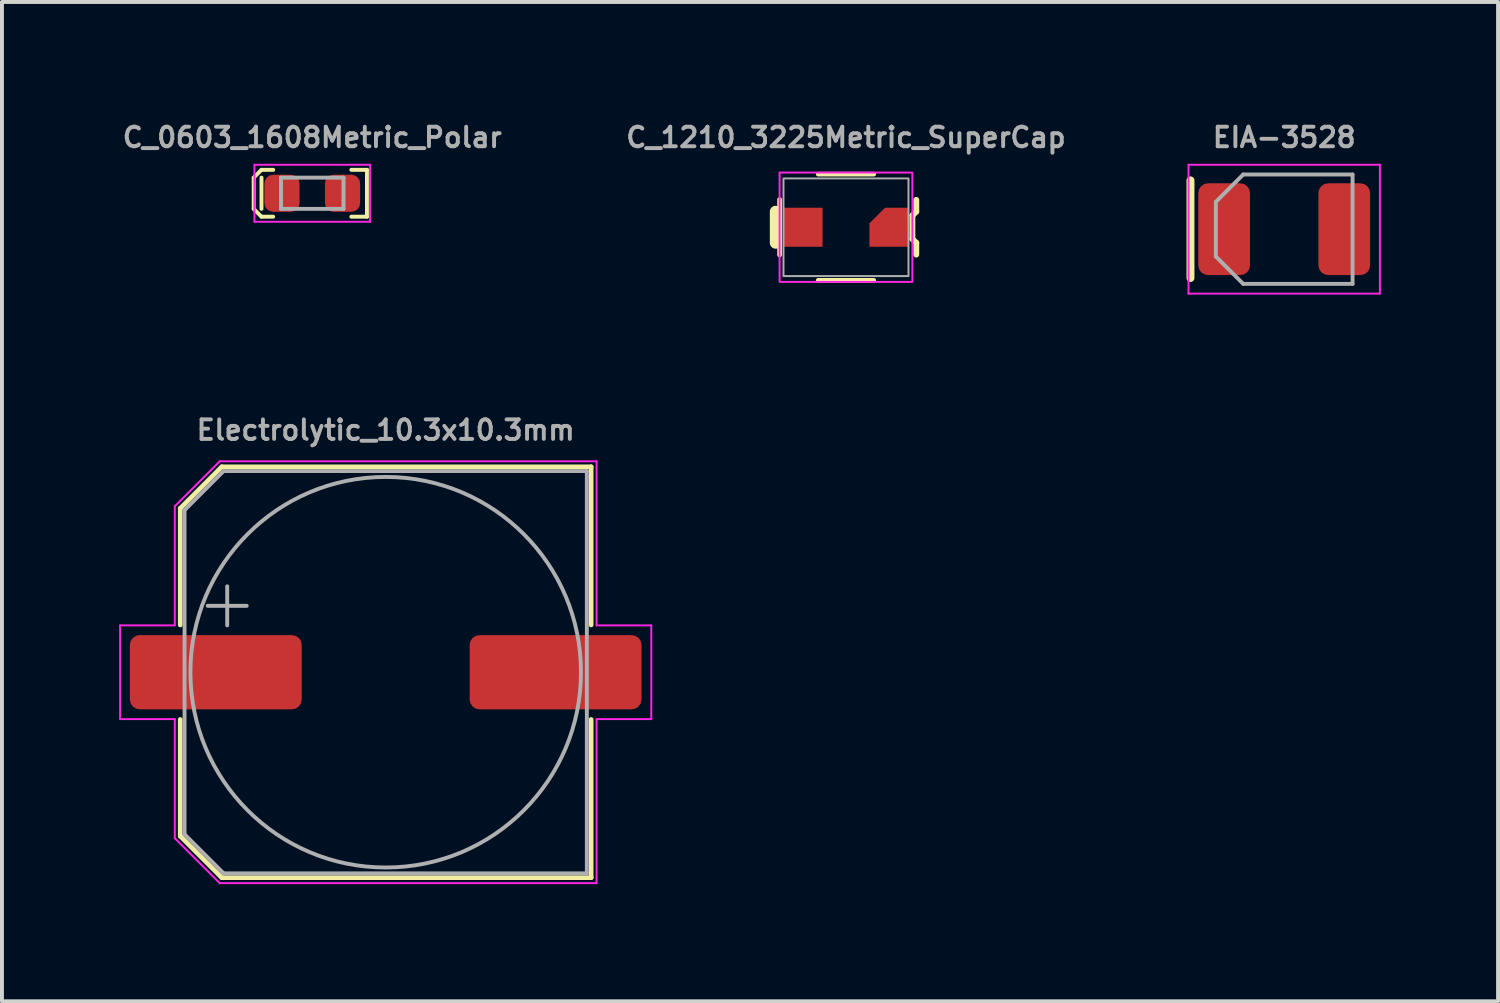
<source format=kicad_pcb>
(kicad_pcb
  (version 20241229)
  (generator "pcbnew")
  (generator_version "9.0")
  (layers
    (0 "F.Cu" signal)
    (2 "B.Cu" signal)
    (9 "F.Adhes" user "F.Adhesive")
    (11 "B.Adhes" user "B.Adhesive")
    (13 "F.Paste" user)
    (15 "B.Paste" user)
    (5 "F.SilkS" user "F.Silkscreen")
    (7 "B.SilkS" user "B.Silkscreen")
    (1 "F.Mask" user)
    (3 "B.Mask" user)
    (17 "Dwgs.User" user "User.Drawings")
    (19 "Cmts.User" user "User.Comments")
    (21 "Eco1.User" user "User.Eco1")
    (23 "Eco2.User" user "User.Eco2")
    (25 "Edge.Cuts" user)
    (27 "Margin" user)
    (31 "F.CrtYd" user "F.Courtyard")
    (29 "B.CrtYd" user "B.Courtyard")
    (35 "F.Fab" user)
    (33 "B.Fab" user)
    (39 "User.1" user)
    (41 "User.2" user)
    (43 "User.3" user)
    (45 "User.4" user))
  (footprint "C_1210_3225Metric_SuperCap"
    (layer "F.Cu")
    (at 18.61 2.768)
    (property "Reference" "C_1210_3225Metric_SuperCap" (at 0 -2.3 0) (layer "F.Fab") (effects (font (size 0.5 0.5) (thickness 0.1) (bold yes))))
    (attr smd)
    (fp_line (start -1.8 0.4) (end -1.8 -0.4) (stroke (width 0.3) (type solid)) (layer "F.SilkS"))
    (fp_line (start -1.7 0.711) (end -1.7 -0.711) (stroke (width 0.12) (type solid)) (layer "F.SilkS"))
    (fp_line (start -0.711 -1.36) (end 0.711 -1.36) (stroke (width 0.12) (type solid)) (layer "F.SilkS"))
    (fp_line (start -0.711 1.36) (end 0.711 1.36) (stroke (width 0.12) (type solid)) (layer "F.SilkS"))
    (fp_line (start 1.7 -0.3) (end 1.7 0.3) (stroke (width 0.15) (type default)) (layer "F.SilkS"))
    (fp_line (start 1.7 0.3) (end 1.8 0.4) (stroke (width 0.15) (type default)) (layer "F.SilkS"))
    (fp_line (start 1.8 -0.7) (end 1.8 -0.4) (stroke (width 0.15) (type default)) (layer "F.SilkS"))
    (fp_line (start 1.8 -0.4) (end 1.7 -0.3) (stroke (width 0.15) (type default)) (layer "F.SilkS"))
    (fp_line (start 1.8 0.4) (end 1.8 0.7) (stroke (width 0.15) (type default)) (layer "F.SilkS"))
    (fp_rect (start -1.7 -1.4) (end 1.7 1.4) (stroke (width 0.05) (type default)) (fill no) (layer "F.CrtYd"))
    (fp_rect (start -1.6 -1.25) (end 1.6 1.25) (stroke (width 0.05) (type default)) (fill no) (layer "F.Fab"))
    (pad "1" smd rect (at -1.1 0) (size 1 1) (layers "F.Cu" "F.Mask" "F.Paste"))
    (pad "2" smd roundrect (at 1.1 0) (size 1 1) (layers "F.Cu" "F.Mask" "F.Paste") (roundrect_rratio 0) (chamfer_ratio 0.4) (chamfer top_left)))
  (footprint "C_0603_1608Metric_Polar"
    (layer "F.Cu")
    (at 4.945 1.898)
    (property "Reference" "C_0603_1608Metric_Polar" (at 0 -1.43 0) (layer "F.Fab") (effects (font (size 0.5 0.5) (thickness 0.1) (bold yes))))
    (attr smd)
    (fp_line (start -1.5 -0.4) (end -1.3 -0.6) (stroke (width 0.1) (type default)) (layer "F.SilkS"))
    (fp_line (start -1.5 0.4) (end -1.5 -0.4) (stroke (width 0.1) (type default)) (layer "F.SilkS"))
    (fp_line (start -1.3 -0.6) (end -1 -0.6) (stroke (width 0.1) (type default)) (layer "F.SilkS"))
    (fp_line (start -1.3 0.4) (end -1.3 -0.4) (stroke (width 0.1) (type default)) (layer "F.SilkS"))
    (fp_line (start -1.3 0.6) (end -1.5 0.4) (stroke (width 0.1) (type default)) (layer "F.SilkS"))
    (fp_line (start -1 0.6) (end -1.3 0.6) (stroke (width 0.1) (type default)) (layer "F.SilkS"))
    (fp_line (start 1 0.6) (end 1.4 0.6) (stroke (width 0.1) (type default)) (layer "F.SilkS"))
    (fp_line (start 1.4 -0.6) (end 1 -0.6) (stroke (width 0.1) (type default)) (layer "F.SilkS"))
    (fp_line (start 1.4 0.6) (end 1.4 -0.6) (stroke (width 0.1) (type default)) (layer "F.SilkS"))
    (fp_line (start -1.48 -0.73) (end 1.48 -0.73) (stroke (width 0.05) (type solid)) (layer "F.CrtYd"))
    (fp_line (start -1.48 0.73) (end -1.48 -0.73) (stroke (width 0.05) (type solid)) (layer "F.CrtYd"))
    (fp_line (start 1.48 -0.73) (end 1.48 0.73) (stroke (width 0.05) (type solid)) (layer "F.CrtYd"))
    (fp_line (start 1.48 0.73) (end -1.48 0.73) (stroke (width 0.05) (type solid)) (layer "F.CrtYd"))
    (fp_line (start -0.8 -0.4) (end 0.8 -0.4) (stroke (width 0.1) (type solid)) (layer "F.Fab"))
    (fp_line (start -0.8 0.4) (end -0.8 -0.4) (stroke (width 0.1) (type solid)) (layer "F.Fab"))
    (fp_line (start 0.8 -0.4) (end 0.8 0.4) (stroke (width 0.1) (type solid)) (layer "F.Fab"))
    (fp_line (start 0.8 0.4) (end -0.8 0.4) (stroke (width 0.1) (type solid)) (layer "F.Fab"))
    (pad "1" smd roundrect (at -0.775 0 180) (size 0.9 0.95) (layers "F.Cu" "F.Mask" "F.Paste") (roundrect_rratio 0.25))
    (pad "2" smd roundrect (at 0.775 0 180) (size 0.9 0.95) (layers "F.Cu" "F.Mask" "F.Paste") (roundrect_rratio 0.25)))
  (footprint "EIA-3528"
    (layer "F.Cu")
    (at 29.83 2.818)
    (property "Reference" "EIA-3528" (at 0 -2.35 0) (layer "F.Fab") (effects (font (size 0.5 0.5) (thickness 0.1))))
    (attr smd)
    (fp_line (start -2.4 1.25) (end -2.4 -1.25) (stroke (width 0.203) (type solid)) (layer "F.SilkS"))
    (fp_line (start -2.45 -1.65) (end 2.45 -1.65) (stroke (width 0.05) (type solid)) (layer "F.CrtYd"))
    (fp_line (start -2.45 1.65) (end -2.45 -1.65) (stroke (width 0.05) (type solid)) (layer "F.CrtYd"))
    (fp_line (start 2.45 -1.65) (end 2.45 1.65) (stroke (width 0.05) (type solid)) (layer "F.CrtYd"))
    (fp_line (start 2.45 1.65) (end -2.45 1.65) (stroke (width 0.05) (type solid)) (layer "F.CrtYd"))
    (fp_line (start -1.75 -0.7) (end -1.75 0.7) (stroke (width 0.1) (type solid)) (layer "F.Fab"))
    (fp_line (start -1.75 0.7) (end -1.05 1.4) (stroke (width 0.1) (type solid)) (layer "F.Fab"))
    (fp_line (start -1.05 -1.4) (end -1.75 -0.7) (stroke (width 0.1) (type solid)) (layer "F.Fab"))
    (fp_line (start -1.05 1.4) (end 1.75 1.4) (stroke (width 0.1) (type solid)) (layer "F.Fab"))
    (fp_line (start 1.75 -1.4) (end -1.05 -1.4) (stroke (width 0.1) (type solid)) (layer "F.Fab"))
    (fp_line (start 1.75 1.4) (end 1.75 -1.4) (stroke (width 0.1) (type solid)) (layer "F.Fab"))
    (pad "1" smd roundrect (at -1.538 0) (size 1.325 2.35) (layers "F.Cu" "F.Mask" "F.Paste") (roundrect_rratio 0.189))
    (pad "2" smd roundrect (at 1.538 0) (size 1.325 2.35) (layers "F.Cu" "F.Mask" "F.Paste") (roundrect_rratio 0.189)))
  (footprint "Electrolytic_10.3x10.3mm"
    (layer "F.Cu")
    (at 6.825 14.161)
    (property "Reference" "Electrolytic_10.3x10.3mm" (at 0 -6.2 0) (layer "F.Fab") (effects (font (size 0.5 0.5) (thickness 0.1))))
    (attr smd)
    (fp_line (start -5.26 -4.196) (end -5.26 -1.21) (stroke (width 0.12) (type solid)) (layer "F.SilkS"))
    (fp_line (start -5.26 -4.196) (end -4.196 -5.26) (stroke (width 0.12) (type solid)) (layer "F.SilkS"))
    (fp_line (start -5.26 4.196) (end -5.26 1.21) (stroke (width 0.12) (type solid)) (layer "F.SilkS"))
    (fp_line (start -5.26 4.196) (end -4.196 5.26) (stroke (width 0.12) (type solid)) (layer "F.SilkS"))
    (fp_line (start -4.196 -5.26) (end 5.26 -5.26) (stroke (width 0.12) (type solid)) (layer "F.SilkS"))
    (fp_line (start -4.196 5.26) (end 5.26 5.26) (stroke (width 0.12) (type solid)) (layer "F.SilkS"))
    (fp_line (start 5.26 -5.26) (end 5.26 -1.21) (stroke (width 0.12) (type solid)) (layer "F.SilkS"))
    (fp_line (start 5.26 5.26) (end 5.26 1.21) (stroke (width 0.12) (type solid)) (layer "F.SilkS"))
    (fp_line (start -6.8 -1.2) (end -6.8 1.2) (stroke (width 0.05) (type solid)) (layer "F.CrtYd"))
    (fp_line (start -6.8 1.2) (end -5.4 1.2) (stroke (width 0.05) (type solid)) (layer "F.CrtYd"))
    (fp_line (start -5.4 -4.25) (end -5.4 -1.2) (stroke (width 0.05) (type solid)) (layer "F.CrtYd"))
    (fp_line (start -5.4 -4.25) (end -4.25 -5.4) (stroke (width 0.05) (type solid)) (layer "F.CrtYd"))
    (fp_line (start -5.4 -1.2) (end -6.8 -1.2) (stroke (width 0.05) (type solid)) (layer "F.CrtYd"))
    (fp_line (start -5.4 1.2) (end -5.4 4.25) (stroke (width 0.05) (type solid)) (layer "F.CrtYd"))
    (fp_line (start -5.4 4.25) (end -4.25 5.4) (stroke (width 0.05) (type solid)) (layer "F.CrtYd"))
    (fp_line (start -4.25 -5.4) (end 5.4 -5.4) (stroke (width 0.05) (type solid)) (layer "F.CrtYd"))
    (fp_line (start -4.25 5.4) (end 5.4 5.4) (stroke (width 0.05) (type solid)) (layer "F.CrtYd"))
    (fp_line (start 5.4 -5.4) (end 5.4 -1.2) (stroke (width 0.05) (type solid)) (layer "F.CrtYd"))
    (fp_line (start 5.4 -1.2) (end 6.8 -1.2) (stroke (width 0.05) (type solid)) (layer "F.CrtYd"))
    (fp_line (start 5.4 1.2) (end 5.4 5.4) (stroke (width 0.05) (type solid)) (layer "F.CrtYd"))
    (fp_line (start 6.8 -1.2) (end 6.8 1.2) (stroke (width 0.05) (type solid)) (layer "F.CrtYd"))
    (fp_line (start 6.8 1.2) (end 5.4 1.2) (stroke (width 0.05) (type solid)) (layer "F.CrtYd"))
    (fp_line (start -5.15 -4.15) (end -5.15 4.15) (stroke (width 0.1) (type solid)) (layer "F.Fab"))
    (fp_line (start -5.15 -4.15) (end -4.15 -5.15) (stroke (width 0.1) (type solid)) (layer "F.Fab"))
    (fp_line (start -5.15 4.15) (end -4.15 5.15) (stroke (width 0.1) (type solid)) (layer "F.Fab"))
    (fp_line (start -4.558 -1.7) (end -3.558 -1.7) (stroke (width 0.1) (type solid)) (layer "F.Fab"))
    (fp_line (start -4.15 -5.15) (end 5.15 -5.15) (stroke (width 0.1) (type solid)) (layer "F.Fab"))
    (fp_line (start -4.15 5.15) (end 5.15 5.15) (stroke (width 0.1) (type solid)) (layer "F.Fab"))
    (fp_line (start -4.058 -2.2) (end -4.058 -1.2) (stroke (width 0.1) (type solid)) (layer "F.Fab"))
    (fp_line (start 5.15 -5.15) (end 5.15 5.15) (stroke (width 0.1) (type solid)) (layer "F.Fab"))
    (fp_circle (center 0 0) (end 5 0) (stroke (width 0.1) (type solid)) (fill no) (layer "F.Fab"))
    (pad "1" smd roundrect (at -4.35 0) (size 4.4 1.9) (layers "F.Cu" "F.Mask" "F.Paste") (roundrect_rratio 0.132))
    (pad "2" smd roundrect (at 4.35 0) (size 4.4 1.9) (layers "F.Cu" "F.Mask" "F.Paste") (roundrect_rratio 0.132)))
  (gr_rect
    (start -3 -3)
    (end 35.305 22.586)
    (stroke (width 0.1) (type default))
    (fill no)
    (layer "Edge.Cuts")))
</source>
